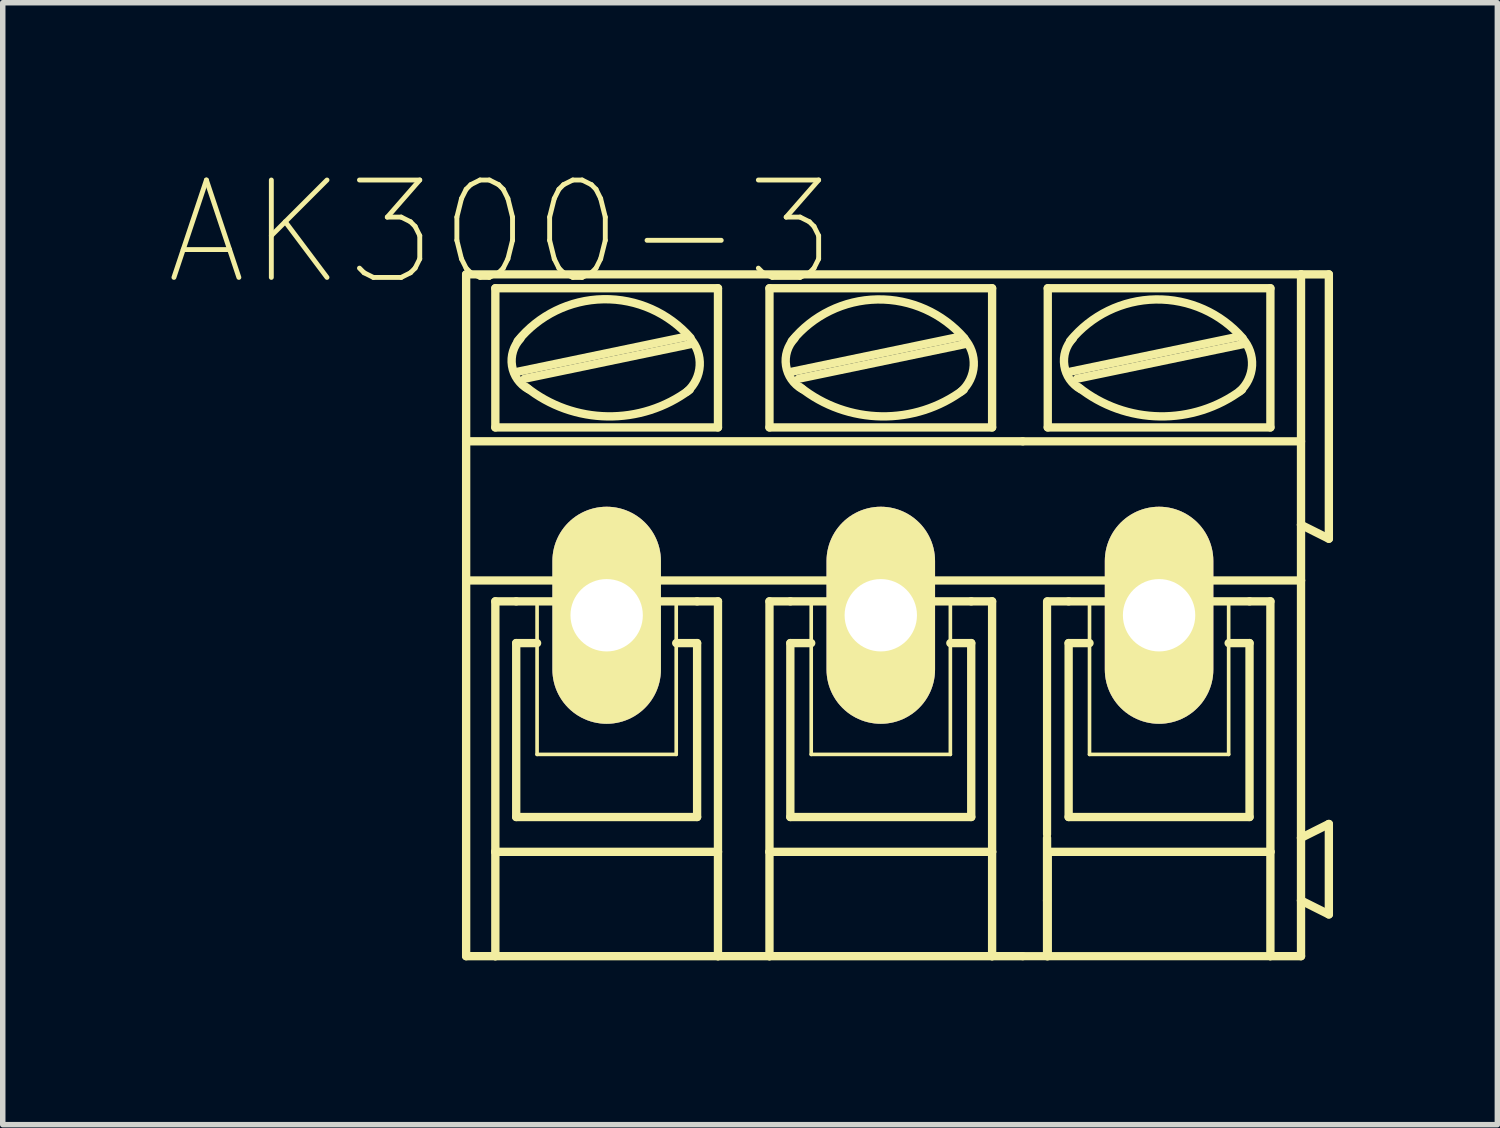
<source format=kicad_pcb>
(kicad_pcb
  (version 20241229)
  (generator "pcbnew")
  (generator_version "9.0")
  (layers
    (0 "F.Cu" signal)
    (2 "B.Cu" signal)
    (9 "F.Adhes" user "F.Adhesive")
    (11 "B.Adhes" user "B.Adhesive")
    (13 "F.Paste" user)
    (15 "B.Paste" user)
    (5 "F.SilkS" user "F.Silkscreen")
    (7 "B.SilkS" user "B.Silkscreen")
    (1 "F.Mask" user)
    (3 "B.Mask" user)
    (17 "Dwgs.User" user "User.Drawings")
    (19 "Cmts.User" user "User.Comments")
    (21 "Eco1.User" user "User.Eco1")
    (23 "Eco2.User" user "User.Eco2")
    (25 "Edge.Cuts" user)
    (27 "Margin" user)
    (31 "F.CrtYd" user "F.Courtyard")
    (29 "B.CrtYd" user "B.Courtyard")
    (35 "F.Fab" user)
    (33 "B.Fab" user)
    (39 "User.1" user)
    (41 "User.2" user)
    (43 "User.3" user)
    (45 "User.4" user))
  (footprint "AK300-3"
    (layer "F.Cu")
    (at 10.539 8.181)
    (property "Reference" "AK300-3" (at -4.445 -6.985 0) (layer "F.SilkS") (effects (font (size 1.778 1.778) (thickness 0.089))))
    (attr exclude_from_pos_files exclude_from_bom)
    (fp_line (start -5.08 -6.223) (end 10.16 -6.223) (stroke (width 0.15) (type solid)) (layer "F.SilkS"))
    (fp_line (start -5.08 -3.175) (end -5.08 -6.223) (stroke (width 0.152) (type solid)) (layer "F.SilkS"))
    (fp_line (start -5.08 -3.175) (end 5.08 -3.175) (stroke (width 0.152) (type solid)) (layer "F.SilkS"))
    (fp_line (start -5.08 -0.635) (end -5.08 -3.175) (stroke (width 0.152) (type solid)) (layer "F.SilkS"))
    (fp_line (start -5.08 6.223) (end -5.08 -0.635) (stroke (width 0.152) (type solid)) (layer "F.SilkS"))
    (fp_line (start -5.08 6.223) (end -4.547 6.223) (stroke (width 0.152) (type solid)) (layer "F.SilkS"))
    (fp_line (start -4.547 -3.429) (end -4.547 -5.969) (stroke (width 0.152) (type solid)) (layer "F.SilkS"))
    (fp_line (start -4.547 -0.254) (end -4.547 4.318) (stroke (width 0.152) (type solid)) (layer "F.SilkS"))
    (fp_line (start -4.547 -0.254) (end -4.166 -0.254) (stroke (width 0.152) (type solid)) (layer "F.SilkS"))
    (fp_line (start -4.547 4.318) (end -4.547 6.223) (stroke (width 0.152) (type solid)) (layer "F.SilkS"))
    (fp_line (start -4.547 6.223) (end -0.483 6.223) (stroke (width 0.152) (type solid)) (layer "F.SilkS"))
    (fp_line (start -4.166 0.508) (end -3.785 0.508) (stroke (width 0.152) (type solid)) (layer "F.SilkS"))
    (fp_line (start -4.166 3.683) (end -4.166 0.508) (stroke (width 0.152) (type solid)) (layer "F.SilkS"))
    (fp_line (start -4.14 -4.445) (end -1.09 -5.08) (stroke (width 0.152) (type solid)) (layer "F.SilkS"))
    (fp_line (start -4.013 -4.318) (end -0.965 -4.953) (stroke (width 0.152) (type solid)) (layer "F.SilkS"))
    (fp_line (start -3.785 -0.254) (end -1.245 -0.254) (stroke (width 0.066) (type solid)) (layer "F.SilkS"))
    (fp_line (start -3.785 2.54) (end -3.785 -0.254) (stroke (width 0.066) (type solid)) (layer "F.SilkS"))
    (fp_line (start -3.785 2.54) (end -1.245 2.54) (stroke (width 0.066) (type solid)) (layer "F.SilkS"))
    (fp_line (start -1.245 2.54) (end -1.245 -0.254) (stroke (width 0.066) (type solid)) (layer "F.SilkS"))
    (fp_line (start -0.864 -0.254) (end -4.166 -0.254) (stroke (width 0.152) (type solid)) (layer "F.SilkS"))
    (fp_line (start -0.864 0.508) (end -1.245 0.508) (stroke (width 0.152) (type solid)) (layer "F.SilkS"))
    (fp_line (start -0.864 3.683) (end -4.166 3.683) (stroke (width 0.152) (type solid)) (layer "F.SilkS"))
    (fp_line (start -0.864 3.683) (end -0.864 0.508) (stroke (width 0.152) (type solid)) (layer "F.SilkS"))
    (fp_line (start -0.483 -5.969) (end -4.547 -5.969) (stroke (width 0.152) (type solid)) (layer "F.SilkS"))
    (fp_line (start -0.483 -3.429) (end -4.547 -3.429) (stroke (width 0.152) (type solid)) (layer "F.SilkS"))
    (fp_line (start -0.483 -3.429) (end -0.483 -5.969) (stroke (width 0.152) (type solid)) (layer "F.SilkS"))
    (fp_line (start -0.483 -0.254) (end -0.864 -0.254) (stroke (width 0.152) (type solid)) (layer "F.SilkS"))
    (fp_line (start -0.483 4.318) (end -4.547 4.318) (stroke (width 0.152) (type solid)) (layer "F.SilkS"))
    (fp_line (start -0.483 4.318) (end -0.483 -0.254) (stroke (width 0.152) (type solid)) (layer "F.SilkS"))
    (fp_line (start -0.483 6.223) (end -0.483 4.318) (stroke (width 0.152) (type solid)) (layer "F.SilkS"))
    (fp_line (start -0.483 6.223) (end 0.457 6.223) (stroke (width 0.152) (type solid)) (layer "F.SilkS"))
    (fp_line (start 0.457 -5.969) (end 4.521 -5.969) (stroke (width 0.152) (type solid)) (layer "F.SilkS"))
    (fp_line (start 0.457 -3.429) (end 0.457 -5.969) (stroke (width 0.152) (type solid)) (layer "F.SilkS"))
    (fp_line (start 0.457 -0.254) (end 0.838 -0.254) (stroke (width 0.152) (type solid)) (layer "F.SilkS"))
    (fp_line (start 0.457 4.318) (end 0.457 -0.254) (stroke (width 0.152) (type solid)) (layer "F.SilkS"))
    (fp_line (start 0.457 4.318) (end 4.521 4.318) (stroke (width 0.152) (type solid)) (layer "F.SilkS"))
    (fp_line (start 0.457 6.223) (end 0.457 4.318) (stroke (width 0.152) (type solid)) (layer "F.SilkS"))
    (fp_line (start 0.457 6.223) (end 4.521 6.223) (stroke (width 0.152) (type solid)) (layer "F.SilkS"))
    (fp_line (start 0.838 -0.254) (end 4.14 -0.254) (stroke (width 0.152) (type solid)) (layer "F.SilkS"))
    (fp_line (start 0.838 0.508) (end 1.219 0.508) (stroke (width 0.152) (type solid)) (layer "F.SilkS"))
    (fp_line (start 0.838 3.683) (end 0.838 0.508) (stroke (width 0.152) (type solid)) (layer "F.SilkS"))
    (fp_line (start 0.864 -4.445) (end 3.912 -5.08) (stroke (width 0.152) (type solid)) (layer "F.SilkS"))
    (fp_line (start 0.991 -4.318) (end 4.039 -4.953) (stroke (width 0.152) (type solid)) (layer "F.SilkS"))
    (fp_line (start 1.219 -0.254) (end 3.759 -0.254) (stroke (width 0.066) (type solid)) (layer "F.SilkS"))
    (fp_line (start 1.219 2.54) (end 1.219 -0.254) (stroke (width 0.066) (type solid)) (layer "F.SilkS"))
    (fp_line (start 1.219 2.54) (end 3.759 2.54) (stroke (width 0.066) (type solid)) (layer "F.SilkS"))
    (fp_line (start 3.759 2.54) (end 3.759 -0.254) (stroke (width 0.066) (type solid)) (layer "F.SilkS"))
    (fp_line (start 4.14 0.508) (end 3.759 0.508) (stroke (width 0.152) (type solid)) (layer "F.SilkS"))
    (fp_line (start 4.14 3.683) (end 0.838 3.683) (stroke (width 0.152) (type solid)) (layer "F.SilkS"))
    (fp_line (start 4.14 3.683) (end 4.14 0.508) (stroke (width 0.152) (type solid)) (layer "F.SilkS"))
    (fp_line (start 4.521 -5.969) (end 4.521 -3.429) (stroke (width 0.152) (type solid)) (layer "F.SilkS"))
    (fp_line (start 4.521 -3.429) (end 0.457 -3.429) (stroke (width 0.152) (type solid)) (layer "F.SilkS"))
    (fp_line (start 4.521 -0.254) (end 4.14 -0.254) (stroke (width 0.152) (type solid)) (layer "F.SilkS"))
    (fp_line (start 4.521 -0.254) (end 4.521 4.318) (stroke (width 0.152) (type solid)) (layer "F.SilkS"))
    (fp_line (start 4.521 4.318) (end 4.521 6.223) (stroke (width 0.152) (type solid)) (layer "F.SilkS"))
    (fp_line (start 4.521 6.223) (end 5.08 6.223) (stroke (width 0.152) (type solid)) (layer "F.SilkS"))
    (fp_line (start 5.08 -3.175) (end 10.097 -3.175) (stroke (width 0.15) (type solid)) (layer "F.SilkS"))
    (fp_line (start 5.524 4) (end 5.524 -0.254) (stroke (width 0.15) (type solid)) (layer "F.SilkS"))
    (fp_line (start 5.524 4.064) (end 5.524 5.207) (stroke (width 0.152) (type solid)) (layer "F.SilkS"))
    (fp_line (start 5.524 5.207) (end 5.524 6.223) (stroke (width 0.152) (type solid)) (layer "F.SilkS"))
    (fp_line (start 5.537 -5.969) (end 9.601 -5.969) (stroke (width 0.152) (type solid)) (layer "F.SilkS"))
    (fp_line (start 5.537 -3.429) (end 5.537 -5.969) (stroke (width 0.152) (type solid)) (layer "F.SilkS"))
    (fp_line (start 5.537 -0.254) (end 5.918 -0.254) (stroke (width 0.152) (type solid)) (layer "F.SilkS"))
    (fp_line (start 5.537 4.318) (end 9.601 4.318) (stroke (width 0.152) (type solid)) (layer "F.SilkS"))
    (fp_line (start 5.537 6.223) (end 5.537 4.318) (stroke (width 0.152) (type solid)) (layer "F.SilkS"))
    (fp_line (start 5.918 -0.254) (end 9.22 -0.254) (stroke (width 0.152) (type solid)) (layer "F.SilkS"))
    (fp_line (start 5.918 0.508) (end 6.299 0.508) (stroke (width 0.152) (type solid)) (layer "F.SilkS"))
    (fp_line (start 5.918 3.683) (end 5.918 0.508) (stroke (width 0.152) (type solid)) (layer "F.SilkS"))
    (fp_line (start 5.944 -4.445) (end 8.992 -5.08) (stroke (width 0.152) (type solid)) (layer "F.SilkS"))
    (fp_line (start 6.071 -4.318) (end 9.119 -4.953) (stroke (width 0.152) (type solid)) (layer "F.SilkS"))
    (fp_line (start 6.299 -0.254) (end 8.839 -0.254) (stroke (width 0.066) (type solid)) (layer "F.SilkS"))
    (fp_line (start 6.299 2.54) (end 6.299 -0.254) (stroke (width 0.066) (type solid)) (layer "F.SilkS"))
    (fp_line (start 6.299 2.54) (end 8.839 2.54) (stroke (width 0.066) (type solid)) (layer "F.SilkS"))
    (fp_line (start 8.839 2.54) (end 8.839 -0.254) (stroke (width 0.066) (type solid)) (layer "F.SilkS"))
    (fp_line (start 9.22 0.508) (end 8.839 0.508) (stroke (width 0.152) (type solid)) (layer "F.SilkS"))
    (fp_line (start 9.22 3.683) (end 5.918 3.683) (stroke (width 0.152) (type solid)) (layer "F.SilkS"))
    (fp_line (start 9.22 3.683) (end 9.22 0.508) (stroke (width 0.152) (type solid)) (layer "F.SilkS"))
    (fp_line (start 9.588 6.223) (end 5.08 6.223) (stroke (width 0.15) (type solid)) (layer "F.SilkS"))
    (fp_line (start 9.601 -5.969) (end 9.601 -3.429) (stroke (width 0.152) (type solid)) (layer "F.SilkS"))
    (fp_line (start 9.601 -3.429) (end 5.537 -3.429) (stroke (width 0.152) (type solid)) (layer "F.SilkS"))
    (fp_line (start 9.601 -0.254) (end 9.22 -0.254) (stroke (width 0.152) (type solid)) (layer "F.SilkS"))
    (fp_line (start 9.601 -0.254) (end 9.601 4.318) (stroke (width 0.152) (type solid)) (layer "F.SilkS"))
    (fp_line (start 9.601 4.318) (end 9.601 6.223) (stroke (width 0.152) (type solid)) (layer "F.SilkS"))
    (fp_line (start 9.601 6.223) (end 10.16 6.223) (stroke (width 0.152) (type solid)) (layer "F.SilkS"))
    (fp_line (start 10.16 -6.223) (end 10.16 -3.175) (stroke (width 0.152) (type solid)) (layer "F.SilkS"))
    (fp_line (start 10.16 -6.223) (end 10.668 -6.223) (stroke (width 0.152) (type solid)) (layer "F.SilkS"))
    (fp_line (start 10.16 -3.175) (end 10.16 -1.651) (stroke (width 0.152) (type solid)) (layer "F.SilkS"))
    (fp_line (start 10.16 -1.651) (end 10.16 -0.635) (stroke (width 0.152) (type solid)) (layer "F.SilkS"))
    (fp_line (start 10.16 -0.635) (end -5.016 -0.635) (stroke (width 0.15) (type solid)) (layer "F.SilkS"))
    (fp_line (start 10.16 -0.635) (end 10.16 4.064) (stroke (width 0.152) (type solid)) (layer "F.SilkS"))
    (fp_line (start 10.16 4.064) (end 10.16 5.207) (stroke (width 0.152) (type solid)) (layer "F.SilkS"))
    (fp_line (start 10.16 5.207) (end 10.16 6.223) (stroke (width 0.152) (type solid)) (layer "F.SilkS"))
    (fp_line (start 10.668 -6.223) (end 10.668 -1.397) (stroke (width 0.152) (type solid)) (layer "F.SilkS"))
    (fp_line (start 10.668 -1.397) (end 10.16 -1.651) (stroke (width 0.152) (type solid)) (layer "F.SilkS"))
    (fp_line (start 10.668 3.81) (end 10.16 4.064) (stroke (width 0.152) (type solid)) (layer "F.SilkS"))
    (fp_line (start 10.668 3.81) (end 10.668 5.461) (stroke (width 0.152) (type solid)) (layer "F.SilkS"))
    (fp_line (start 10.668 5.461) (end 10.16 5.207) (stroke (width 0.152) (type solid)) (layer "F.SilkS"))
    (fp_arc (start -4.1402 -5.0038) (mid -2.575347 -5.768837) (end -0.983427 -5.061847) (stroke (width 0.1524) (type solid)) (layer "F.SilkS"))
    (fp_arc (start -3.94462 -4.1275) (mid -4.242784 -4.553845) (end -4.08952 -5.051019) (stroke (width 0.1524) (type solid)) (layer "F.SilkS"))
    (fp_arc (start -0.99822 -4.11734) (mid -2.500269 -3.630479) (end -3.985988 -4.165104) (stroke (width 0.1524) (type solid)) (layer "F.SilkS"))
    (fp_arc (start -0.9906 -5.05206) (mid -0.816264 -4.555962) (end -1.04585 -4.08289) (stroke (width 0.1524) (type solid)) (layer "F.SilkS"))
    (fp_arc (start 0.8636 -5.0038) (mid 2.426638 -5.764946) (end 4.014411 -5.056844) (stroke (width 0.1524) (type solid)) (layer "F.SilkS"))
    (fp_arc (start 1.05664 -4.1275) (mid 0.759456 -4.555849) (end 0.914903 -5.053481) (stroke (width 0.1524) (type solid)) (layer "F.SilkS"))
    (fp_arc (start 4.00304 -4.11734) (mid 2.500991 -3.630479) (end 1.015272 -4.165104) (stroke (width 0.1524) (type solid)) (layer "F.SilkS"))
    (fp_arc (start 4.01066 -5.05206) (mid 4.185748 -4.557765) (end 3.957972 -4.085429) (stroke (width 0.1524) (type solid)) (layer "F.SilkS"))
    (fp_arc (start 5.9436 -5.0038) (mid 7.506638 -5.764946) (end 9.094411 -5.056844) (stroke (width 0.1524) (type solid)) (layer "F.SilkS"))
    (fp_arc (start 6.13664 -4.1275) (mid 5.839456 -4.555849) (end 5.994903 -5.053481) (stroke (width 0.1524) (type solid)) (layer "F.SilkS"))
    (fp_arc (start 9.08304 -4.11734) (mid 7.580991 -3.630479) (end 6.095272 -4.165104) (stroke (width 0.1524) (type solid)) (layer "F.SilkS"))
    (fp_arc (start 9.09066 -5.05206) (mid 9.265748 -4.557765) (end 9.037972 -4.085429) (stroke (width 0.1524) (type solid)) (layer "F.SilkS"))
    (pad "1" thru_hole oval (at -2.515 0) (size 1.981 3.962) (drill 1.321) (layers "*.Cu" "F.Mask" "F.SilkS" "F.Paste"))
    (pad "2" thru_hole oval (at 2.489 0) (size 1.981 3.962) (drill 1.321) (layers "*.Cu" "F.Mask" "F.SilkS" "F.Paste"))
    (pad "3" thru_hole oval (at 7.569 0) (size 1.981 3.962) (drill 1.321) (layers "*.Cu" "F.Mask" "F.SilkS" "F.Paste")))
  (gr_rect
    (start -3 -3)
    (end 24.283 17.48)
    (stroke (width 0.1) (type default))
    (fill no)
    (layer "Edge.Cuts")))
</source>
